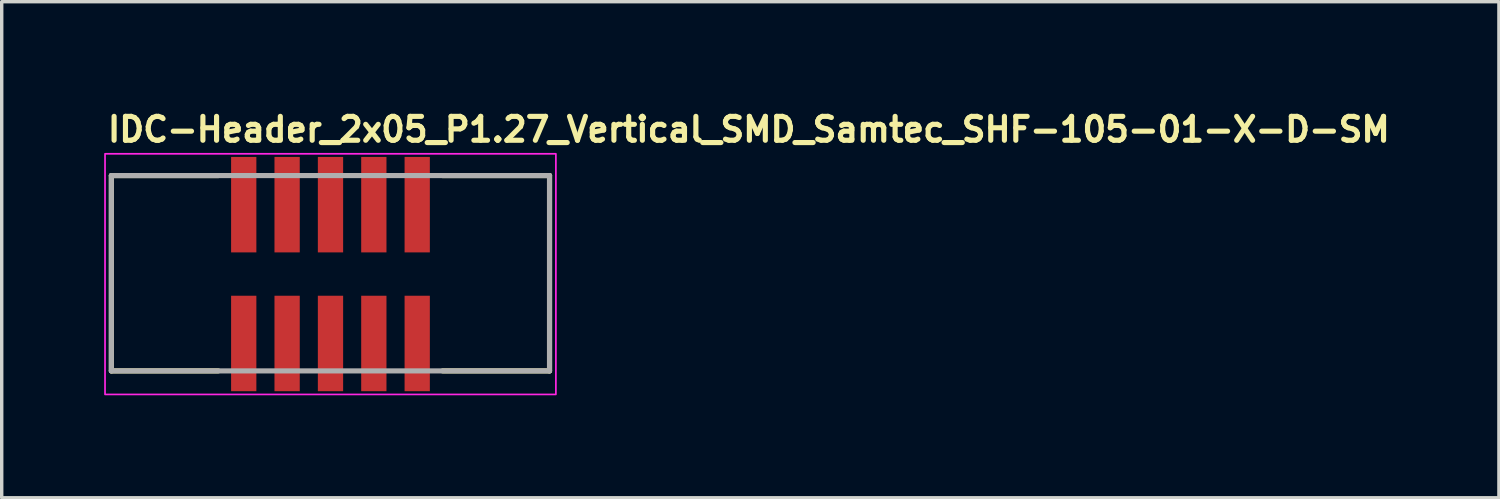
<source format=kicad_pcb>
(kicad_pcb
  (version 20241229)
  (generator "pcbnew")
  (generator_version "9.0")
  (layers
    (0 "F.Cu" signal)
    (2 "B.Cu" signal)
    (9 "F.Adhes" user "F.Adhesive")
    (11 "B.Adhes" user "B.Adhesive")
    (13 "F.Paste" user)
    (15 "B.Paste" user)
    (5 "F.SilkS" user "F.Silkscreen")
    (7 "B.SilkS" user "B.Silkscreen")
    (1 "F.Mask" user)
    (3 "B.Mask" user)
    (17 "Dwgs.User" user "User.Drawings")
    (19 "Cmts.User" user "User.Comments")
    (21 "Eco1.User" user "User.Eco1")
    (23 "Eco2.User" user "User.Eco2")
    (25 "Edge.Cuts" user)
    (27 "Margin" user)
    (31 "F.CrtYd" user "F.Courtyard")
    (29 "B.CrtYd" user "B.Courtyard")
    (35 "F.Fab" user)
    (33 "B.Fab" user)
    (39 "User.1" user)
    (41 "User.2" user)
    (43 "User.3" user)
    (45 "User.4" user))
  (footprint "IDC-Header_2x05_P1.27_Vertical_SMD_Samtec_SHF-105-01-X-D-SM"
    (layer "F.Cu")
    (at 6.626 4.951)
    (property "Reference" "IDC-Header_2x05_P1.27_Vertical_SMD_Samtec_SHF-105-01-X-D-SM" (at -6.601 -3.801 0) (layer "F.SilkS") (effects (font (size 0.7 0.7) (thickness 0.15)) (justify left bottom)))
    (attr smd)
    (fp_line (start -6.415 -2.86) (end -3.286 -2.86) (stroke (width 0.15) (type solid)) (layer "F.SilkS"))
    (fp_line (start -6.415 2.858) (end -6.415 -2.86) (stroke (width 0.15) (type solid)) (layer "F.SilkS"))
    (fp_line (start -6.415 2.858) (end -3.286 2.858) (stroke (width 0.15) (type solid)) (layer "F.SilkS"))
    (fp_line (start 3.285 -2.86) (end 6.413 -2.86) (stroke (width 0.15) (type solid)) (layer "F.SilkS"))
    (fp_line (start 3.285 2.858) (end 6.413 2.858) (stroke (width 0.15) (type solid)) (layer "F.SilkS"))
    (fp_line (start 6.413 2.858) (end 6.413 -2.86) (stroke (width 0.15) (type solid)) (layer "F.SilkS"))
    (fp_rect (start -6.601 -3.498) (end 6.599 3.547) (stroke (width 0.05) (type solid)) (fill no) (layer "F.CrtYd"))
    (fp_line (start -6.415 -2.86) (end 6.413 -2.86) (stroke (width 0.15) (type solid)) (layer "F.Fab"))
    (fp_line (start -6.415 2.858) (end -6.415 -2.86) (stroke (width 0.15) (type solid)) (layer "F.Fab"))
    (fp_line (start 6.413 -2.86) (end 6.413 2.858) (stroke (width 0.15) (type solid)) (layer "F.Fab"))
    (fp_line (start 6.413 2.858) (end -6.415 2.858) (stroke (width 0.15) (type solid)) (layer "F.Fab"))
    (fp_rect (start -6.351 -3.048) (end 6.349 3.047) (stroke (width 0.1) (type solid)) (fill no) (layer "User.5"))
    (fp_line (start -6.351 -0.635) (end -6.351 -3.048) (stroke (width 0.02) (type solid)) (layer "User.9"))
    (fp_line (start -6.351 -0.635) (end -6.223 -0.635) (stroke (width 0.02) (type solid)) (layer "User.9"))
    (fp_line (start -6.351 2.539) (end -6.351 0.633) (stroke (width 0.02) (type solid)) (layer "User.9"))
    (fp_line (start -6.223 -0.635) (end -6.223 0.633) (stroke (width 0.02) (type solid)) (layer "User.9"))
    (fp_line (start -6.223 0.633) (end -6.351 0.633) (stroke (width 0.02) (type solid)) (layer "User.9"))
    (fp_line (start -5.739 -2.057) (end -5.739 2.055) (stroke (width 0.02) (type solid)) (layer "User.9"))
    (fp_line (start -5.739 -2.057) (end -5.462 -1.778) (stroke (width 0.02) (type solid)) (layer "User.9"))
    (fp_line (start -5.739 2.055) (end -5.462 1.777) (stroke (width 0.02) (type solid)) (layer "User.9"))
    (fp_line (start -5.739 2.055) (end -1.27 2.055) (stroke (width 0.02) (type solid)) (layer "User.9"))
    (fp_line (start -5.462 -1.778) (end -5.462 1.777) (stroke (width 0.02) (type solid)) (layer "User.9"))
    (fp_line (start -5.462 1.777) (end -1.27 1.777) (stroke (width 0.02) (type solid)) (layer "User.9"))
    (fp_line (start -5.412 -3.048) (end -6.351 -3.048) (stroke (width 0.02) (type solid)) (layer "User.9"))
    (fp_line (start -5.412 -2.54) (end -5.412 -3.048) (stroke (width 0.02) (type solid)) (layer "User.9"))
    (fp_line (start -3.048 2.285) (end -3.048 2.539) (stroke (width 0.02) (type solid)) (layer "User.9"))
    (fp_line (start -3.048 2.285) (end -3.048 2.539) (stroke (width 0.02) (type solid)) (layer "User.9"))
    (fp_line (start -3.048 2.539) (end -6.351 2.539) (stroke (width 0.02) (type solid)) (layer "User.9"))
    (fp_line (start -3.024 2.539) (end -3.048 2.539) (stroke (width 0.02) (type solid)) (layer "User.9"))
    (fp_line (start -3.024 2.539) (end -3.024 2.31) (stroke (width 0.02) (type solid)) (layer "User.9"))
    (fp_line (start -2.745 -3.048) (end -2.745 -2.948) (stroke (width 0.02) (type solid)) (layer "User.9"))
    (fp_line (start -2.745 -2.948) (end -2.745 -2.54) (stroke (width 0.02) (type solid)) (layer "User.9"))
    (fp_line (start -2.745 -0.839) (end -2.745 -0.737) (stroke (width 0.02) (type solid)) (layer "User.9"))
    (fp_line (start -2.745 -0.737) (end -2.745 -0.535) (stroke (width 0.02) (type solid)) (layer "User.9"))
    (fp_line (start -2.745 -0.535) (end -2.745 -0.432) (stroke (width 0.02) (type solid)) (layer "User.9"))
    (fp_line (start -2.745 0.43) (end -2.745 0.533) (stroke (width 0.02) (type solid)) (layer "User.9"))
    (fp_line (start -2.745 0.533) (end -2.745 0.735) (stroke (width 0.02) (type solid)) (layer "User.9"))
    (fp_line (start -2.745 0.735) (end -2.745 0.837) (stroke (width 0.02) (type solid)) (layer "User.9"))
    (fp_line (start -2.745 2.539) (end -2.745 2.946) (stroke (width 0.02) (type solid)) (layer "User.9"))
    (fp_line (start -2.745 2.946) (end -2.745 3.047) (stroke (width 0.02) (type solid)) (layer "User.9"))
    (fp_line (start -2.54 2.539) (end -3.024 2.539) (stroke (width 0.02) (type solid)) (layer "User.9"))
    (fp_line (start -2.54 2.539) (end -2.54 2.31) (stroke (width 0.02) (type solid)) (layer "User.9"))
    (fp_line (start -2.338 -3.048) (end -2.745 -3.048) (stroke (width 0.02) (type solid)) (layer "User.9"))
    (fp_line (start -2.338 -3.048) (end -2.338 -2.948) (stroke (width 0.02) (type solid)) (layer "User.9"))
    (fp_line (start -2.338 -2.948) (end -2.745 -2.948) (stroke (width 0.02) (type solid)) (layer "User.9"))
    (fp_line (start -2.338 -2.948) (end -2.338 -2.54) (stroke (width 0.02) (type solid)) (layer "User.9"))
    (fp_line (start -2.338 -0.839) (end -2.745 -0.839) (stroke (width 0.02) (type solid)) (layer "User.9"))
    (fp_line (start -2.338 -0.839) (end -2.338 -0.737) (stroke (width 0.02) (type solid)) (layer "User.9"))
    (fp_line (start -2.338 -0.737) (end -2.745 -0.737) (stroke (width 0.02) (type solid)) (layer "User.9"))
    (fp_line (start -2.338 -0.737) (end -2.338 -0.535) (stroke (width 0.02) (type solid)) (layer "User.9"))
    (fp_line (start -2.338 -0.535) (end -2.745 -0.535) (stroke (width 0.02) (type solid)) (layer "User.9"))
    (fp_line (start -2.338 -0.535) (end -2.338 -0.432) (stroke (width 0.02) (type solid)) (layer "User.9"))
    (fp_line (start -2.338 -0.432) (end -2.745 -0.432) (stroke (width 0.02) (type solid)) (layer "User.9"))
    (fp_line (start -2.338 0.43) (end -2.745 0.43) (stroke (width 0.02) (type solid)) (layer "User.9"))
    (fp_line (start -2.338 0.43) (end -2.338 0.533) (stroke (width 0.02) (type solid)) (layer "User.9"))
    (fp_line (start -2.338 0.533) (end -2.745 0.533) (stroke (width 0.02) (type solid)) (layer "User.9"))
    (fp_line (start -2.338 0.533) (end -2.338 0.735) (stroke (width 0.02) (type solid)) (layer "User.9"))
    (fp_line (start -2.338 0.735) (end -2.745 0.735) (stroke (width 0.02) (type solid)) (layer "User.9"))
    (fp_line (start -2.338 0.735) (end -2.338 0.837) (stroke (width 0.02) (type solid)) (layer "User.9"))
    (fp_line (start -2.338 0.837) (end -2.745 0.837) (stroke (width 0.02) (type solid)) (layer "User.9"))
    (fp_line (start -2.338 2.539) (end -2.338 2.946) (stroke (width 0.02) (type solid)) (layer "User.9"))
    (fp_line (start -2.338 2.946) (end -2.745 2.946) (stroke (width 0.02) (type solid)) (layer "User.9"))
    (fp_line (start -2.338 2.946) (end -2.338 3.047) (stroke (width 0.02) (type solid)) (layer "User.9"))
    (fp_line (start -2.338 3.047) (end -2.745 3.047) (stroke (width 0.02) (type solid)) (layer "User.9"))
    (fp_line (start -2.058 2.31) (end -3.024 2.31) (stroke (width 0.02) (type solid)) (layer "User.9"))
    (fp_line (start -2.058 2.539) (end -2.54 2.539) (stroke (width 0.02) (type solid)) (layer "User.9"))
    (fp_line (start -2.058 2.539) (end -2.058 2.31) (stroke (width 0.02) (type solid)) (layer "User.9"))
    (fp_line (start -2.032 2.285) (end -3.048 2.285) (stroke (width 0.02) (type solid)) (layer "User.9"))
    (fp_line (start -2.032 2.285) (end -3.048 2.285) (stroke (width 0.02) (type solid)) (layer "User.9"))
    (fp_line (start -2.032 2.285) (end -2.032 2.539) (stroke (width 0.02) (type solid)) (layer "User.9"))
    (fp_line (start -2.032 2.285) (end -2.032 2.539) (stroke (width 0.02) (type solid)) (layer "User.9"))
    (fp_line (start -2.032 2.539) (end -2.058 2.539) (stroke (width 0.02) (type solid)) (layer "User.9"))
    (fp_line (start -1.474 -2.948) (end -1.474 -3.048) (stroke (width 0.02) (type solid)) (layer "User.9"))
    (fp_line (start -1.474 -2.54) (end -1.474 -2.948) (stroke (width 0.02) (type solid)) (layer "User.9"))
    (fp_line (start -1.474 -0.737) (end -1.474 -0.839) (stroke (width 0.02) (type solid)) (layer "User.9"))
    (fp_line (start -1.474 -0.535) (end -1.474 -0.737) (stroke (width 0.02) (type solid)) (layer "User.9"))
    (fp_line (start -1.474 -0.432) (end -1.474 -0.535) (stroke (width 0.02) (type solid)) (layer "User.9"))
    (fp_line (start -1.474 0.533) (end -1.474 0.43) (stroke (width 0.02) (type solid)) (layer "User.9"))
    (fp_line (start -1.474 0.735) (end -1.474 0.533) (stroke (width 0.02) (type solid)) (layer "User.9"))
    (fp_line (start -1.474 0.837) (end -1.474 0.735) (stroke (width 0.02) (type solid)) (layer "User.9"))
    (fp_line (start -1.474 2.946) (end -1.474 2.539) (stroke (width 0.02) (type solid)) (layer "User.9"))
    (fp_line (start -1.474 3.047) (end -1.474 2.946) (stroke (width 0.02) (type solid)) (layer "User.9"))
    (fp_line (start -1.27 -3.048) (end -1.474 -3.048) (stroke (width 0.02) (type solid)) (layer "User.9"))
    (fp_line (start -1.27 -3.048) (end -1.27 -2.54) (stroke (width 0.02) (type solid)) (layer "User.9"))
    (fp_line (start -1.27 -2.948) (end -1.474 -2.948) (stroke (width 0.02) (type solid)) (layer "User.9"))
    (fp_line (start -1.27 -2.54) (end -5.412 -2.54) (stroke (width 0.02) (type solid)) (layer "User.9"))
    (fp_line (start -1.27 2.055) (end -1.27 1.777) (stroke (width 0.02) (type solid)) (layer "User.9"))
    (fp_line (start -1.27 2.539) (end -2.032 2.539) (stroke (width 0.02) (type solid)) (layer "User.9"))
    (fp_line (start -1.27 2.539) (end -1.27 2.055) (stroke (width 0.02) (type solid)) (layer "User.9"))
    (fp_line (start -1.27 2.539) (end 1.269 2.539) (stroke (width 0.02) (type solid)) (layer "User.9"))
    (fp_line (start -1.067 -0.839) (end -1.474 -0.839) (stroke (width 0.02) (type solid)) (layer "User.9"))
    (fp_line (start -1.067 -0.839) (end -1.067 -0.737) (stroke (width 0.02) (type solid)) (layer "User.9"))
    (fp_line (start -1.067 -0.737) (end -1.474 -0.737) (stroke (width 0.02) (type solid)) (layer "User.9"))
    (fp_line (start -1.067 -0.737) (end -1.067 -0.535) (stroke (width 0.02) (type solid)) (layer "User.9"))
    (fp_line (start -1.067 -0.535) (end -1.474 -0.535) (stroke (width 0.02) (type solid)) (layer "User.9"))
    (fp_line (start -1.067 -0.535) (end -1.067 -0.432) (stroke (width 0.02) (type solid)) (layer "User.9"))
    (fp_line (start -1.067 -0.432) (end -1.474 -0.432) (stroke (width 0.02) (type solid)) (layer "User.9"))
    (fp_line (start -1.067 0.43) (end -1.474 0.43) (stroke (width 0.02) (type solid)) (layer "User.9"))
    (fp_line (start -1.067 0.43) (end -1.067 0.533) (stroke (width 0.02) (type solid)) (layer "User.9"))
    (fp_line (start -1.067 0.533) (end -1.474 0.533) (stroke (width 0.02) (type solid)) (layer "User.9"))
    (fp_line (start -1.067 0.533) (end -1.067 0.735) (stroke (width 0.02) (type solid)) (layer "User.9"))
    (fp_line (start -1.067 0.735) (end -1.474 0.735) (stroke (width 0.02) (type solid)) (layer "User.9"))
    (fp_line (start -1.067 0.735) (end -1.067 0.837) (stroke (width 0.02) (type solid)) (layer "User.9"))
    (fp_line (start -1.067 0.837) (end -1.474 0.837) (stroke (width 0.02) (type solid)) (layer "User.9"))
    (fp_line (start -1.067 2.539) (end -1.067 2.946) (stroke (width 0.02) (type solid)) (layer "User.9"))
    (fp_line (start -1.067 2.946) (end -1.474 2.946) (stroke (width 0.02) (type solid)) (layer "User.9"))
    (fp_line (start -1.067 2.946) (end -1.067 3.047) (stroke (width 0.02) (type solid)) (layer "User.9"))
    (fp_line (start -1.067 3.047) (end -1.474 3.047) (stroke (width 0.02) (type solid)) (layer "User.9"))
    (fp_line (start -0.205 -0.737) (end -0.205 -0.839) (stroke (width 0.02) (type solid)) (layer "User.9"))
    (fp_line (start -0.205 -0.535) (end -0.205 -0.737) (stroke (width 0.02) (type solid)) (layer "User.9"))
    (fp_line (start -0.205 -0.432) (end -0.205 -0.535) (stroke (width 0.02) (type solid)) (layer "User.9"))
    (fp_line (start -0.205 0.533) (end -0.205 0.43) (stroke (width 0.02) (type solid)) (layer "User.9"))
    (fp_line (start -0.205 0.735) (end -0.205 0.533) (stroke (width 0.02) (type solid)) (layer "User.9"))
    (fp_line (start -0.205 0.837) (end -0.205 0.735) (stroke (width 0.02) (type solid)) (layer "User.9"))
    (fp_line (start -0.205 2.946) (end -0.205 2.539) (stroke (width 0.02) (type solid)) (layer "User.9"))
    (fp_line (start -0.205 3.047) (end -0.205 2.946) (stroke (width 0.02) (type solid)) (layer "User.9"))
    (fp_line (start 0.203 -0.839) (end -0.205 -0.839) (stroke (width 0.02) (type solid)) (layer "User.9"))
    (fp_line (start 0.203 -0.839) (end 0.203 -0.737) (stroke (width 0.02) (type solid)) (layer "User.9"))
    (fp_line (start 0.203 -0.737) (end -0.205 -0.737) (stroke (width 0.02) (type solid)) (layer "User.9"))
    (fp_line (start 0.203 -0.737) (end 0.203 -0.535) (stroke (width 0.02) (type solid)) (layer "User.9"))
    (fp_line (start 0.203 -0.535) (end -0.205 -0.535) (stroke (width 0.02) (type solid)) (layer "User.9"))
    (fp_line (start 0.203 -0.535) (end 0.203 -0.432) (stroke (width 0.02) (type solid)) (layer "User.9"))
    (fp_line (start 0.203 -0.432) (end -0.205 -0.432) (stroke (width 0.02) (type solid)) (layer "User.9"))
    (fp_line (start 0.203 0.43) (end -0.205 0.43) (stroke (width 0.02) (type solid)) (layer "User.9"))
    (fp_line (start 0.203 0.43) (end 0.203 0.533) (stroke (width 0.02) (type solid)) (layer "User.9"))
    (fp_line (start 0.203 0.533) (end -0.205 0.533) (stroke (width 0.02) (type solid)) (layer "User.9"))
    (fp_line (start 0.203 0.533) (end 0.203 0.735) (stroke (width 0.02) (type solid)) (layer "User.9"))
    (fp_line (start 0.203 0.735) (end -0.205 0.735) (stroke (width 0.02) (type solid)) (layer "User.9"))
    (fp_line (start 0.203 0.735) (end 0.203 0.837) (stroke (width 0.02) (type solid)) (layer "User.9"))
    (fp_line (start 0.203 0.837) (end -0.205 0.837) (stroke (width 0.02) (type solid)) (layer "User.9"))
    (fp_line (start 0.203 2.539) (end 0.203 2.946) (stroke (width 0.02) (type solid)) (layer "User.9"))
    (fp_line (start 0.203 2.946) (end -0.205 2.946) (stroke (width 0.02) (type solid)) (layer "User.9"))
    (fp_line (start 0.203 2.946) (end 0.203 3.047) (stroke (width 0.02) (type solid)) (layer "User.9"))
    (fp_line (start 0.203 3.047) (end -0.205 3.047) (stroke (width 0.02) (type solid)) (layer "User.9"))
    (fp_line (start 1.066 -0.737) (end 1.066 -0.839) (stroke (width 0.02) (type solid)) (layer "User.9"))
    (fp_line (start 1.066 -0.535) (end 1.066 -0.737) (stroke (width 0.02) (type solid)) (layer "User.9"))
    (fp_line (start 1.066 -0.432) (end 1.066 -0.535) (stroke (width 0.02) (type solid)) (layer "User.9"))
    (fp_line (start 1.066 0.533) (end 1.066 0.43) (stroke (width 0.02) (type solid)) (layer "User.9"))
    (fp_line (start 1.066 0.735) (end 1.066 0.533) (stroke (width 0.02) (type solid)) (layer "User.9"))
    (fp_line (start 1.066 0.837) (end 1.066 0.735) (stroke (width 0.02) (type solid)) (layer "User.9"))
    (fp_line (start 1.066 2.946) (end 1.066 2.539) (stroke (width 0.02) (type solid)) (layer "User.9"))
    (fp_line (start 1.066 3.047) (end 1.066 2.946) (stroke (width 0.02) (type solid)) (layer "User.9"))
    (fp_line (start 1.269 -3.048) (end -1.27 -3.048) (stroke (width 0.02) (type solid)) (layer "User.9"))
    (fp_line (start 1.269 -2.54) (end 1.269 -3.048) (stroke (width 0.02) (type solid)) (layer "User.9"))
    (fp_line (start 1.269 1.777) (end 1.269 2.055) (stroke (width 0.02) (type solid)) (layer "User.9"))
    (fp_line (start 1.269 1.777) (end 5.461 1.777) (stroke (width 0.02) (type solid)) (layer "User.9"))
    (fp_line (start 1.269 2.055) (end 5.738 2.055) (stroke (width 0.02) (type solid)) (layer "User.9"))
    (fp_line (start 1.269 2.539) (end 1.269 2.055) (stroke (width 0.02) (type solid)) (layer "User.9"))
    (fp_line (start 1.473 -3.048) (end 1.269 -3.048) (stroke (width 0.02) (type solid)) (layer "User.9"))
    (fp_line (start 1.473 -3.048) (end 1.473 -2.948) (stroke (width 0.02) (type solid)) (layer "User.9"))
    (fp_line (start 1.473 -2.948) (end 1.269 -2.948) (stroke (width 0.02) (type solid)) (layer "User.9"))
    (fp_line (start 1.473 -2.948) (end 1.473 -2.54) (stroke (width 0.02) (type solid)) (layer "User.9"))
    (fp_line (start 1.473 -0.839) (end 1.066 -0.839) (stroke (width 0.02) (type solid)) (layer "User.9"))
    (fp_line (start 1.473 -0.839) (end 1.473 -0.737) (stroke (width 0.02) (type solid)) (layer "User.9"))
    (fp_line (start 1.473 -0.737) (end 1.066 -0.737) (stroke (width 0.02) (type solid)) (layer "User.9"))
    (fp_line (start 1.473 -0.737) (end 1.473 -0.535) (stroke (width 0.02) (type solid)) (layer "User.9"))
    (fp_line (start 1.473 -0.535) (end 1.066 -0.535) (stroke (width 0.02) (type solid)) (layer "User.9"))
    (fp_line (start 1.473 -0.535) (end 1.473 -0.432) (stroke (width 0.02) (type solid)) (layer "User.9"))
    (fp_line (start 1.473 -0.432) (end 1.066 -0.432) (stroke (width 0.02) (type solid)) (layer "User.9"))
    (fp_line (start 1.473 0.43) (end 1.066 0.43) (stroke (width 0.02) (type solid)) (layer "User.9"))
    (fp_line (start 1.473 0.43) (end 1.473 0.533) (stroke (width 0.02) (type solid)) (layer "User.9"))
    (fp_line (start 1.473 0.533) (end 1.066 0.533) (stroke (width 0.02) (type solid)) (layer "User.9"))
    (fp_line (start 1.473 0.533) (end 1.473 0.735) (stroke (width 0.02) (type solid)) (layer "User.9"))
    (fp_line (start 1.473 0.735) (end 1.066 0.735) (stroke (width 0.02) (type solid)) (layer "User.9"))
    (fp_line (start 1.473 0.735) (end 1.473 0.837) (stroke (width 0.02) (type solid)) (layer "User.9"))
    (fp_line (start 1.473 0.837) (end 1.066 0.837) (stroke (width 0.02) (type solid)) (layer "User.9"))
    (fp_line (start 1.473 2.539) (end 1.473 2.946) (stroke (width 0.02) (type solid)) (layer "User.9"))
    (fp_line (start 1.473 2.946) (end 1.066 2.946) (stroke (width 0.02) (type solid)) (layer "User.9"))
    (fp_line (start 1.473 2.946) (end 1.473 3.047) (stroke (width 0.02) (type solid)) (layer "User.9"))
    (fp_line (start 1.473 3.047) (end 1.066 3.047) (stroke (width 0.02) (type solid)) (layer "User.9"))
    (fp_line (start 2.335 -2.948) (end 2.335 -3.048) (stroke (width 0.02) (type solid)) (layer "User.9"))
    (fp_line (start 2.335 -2.54) (end 2.335 -2.948) (stroke (width 0.02) (type solid)) (layer "User.9"))
    (fp_line (start 2.335 -0.737) (end 2.335 -0.839) (stroke (width 0.02) (type solid)) (layer "User.9"))
    (fp_line (start 2.335 -0.535) (end 2.335 -0.737) (stroke (width 0.02) (type solid)) (layer "User.9"))
    (fp_line (start 2.335 -0.432) (end 2.335 -0.535) (stroke (width 0.02) (type solid)) (layer "User.9"))
    (fp_line (start 2.335 0.533) (end 2.335 0.43) (stroke (width 0.02) (type solid)) (layer "User.9"))
    (fp_line (start 2.335 0.735) (end 2.335 0.533) (stroke (width 0.02) (type solid)) (layer "User.9"))
    (fp_line (start 2.335 0.837) (end 2.335 0.735) (stroke (width 0.02) (type solid)) (layer "User.9"))
    (fp_line (start 2.335 2.946) (end 2.335 2.539) (stroke (width 0.02) (type solid)) (layer "User.9"))
    (fp_line (start 2.335 3.047) (end 2.335 2.946) (stroke (width 0.02) (type solid)) (layer "User.9"))
    (fp_line (start 2.742 -3.048) (end 2.335 -3.048) (stroke (width 0.02) (type solid)) (layer "User.9"))
    (fp_line (start 2.742 -3.048) (end 2.742 -2.948) (stroke (width 0.02) (type solid)) (layer "User.9"))
    (fp_line (start 2.742 -2.948) (end 2.335 -2.948) (stroke (width 0.02) (type solid)) (layer "User.9"))
    (fp_line (start 2.742 -2.948) (end 2.742 -2.54) (stroke (width 0.02) (type solid)) (layer "User.9"))
    (fp_line (start 2.742 -0.839) (end 2.335 -0.839) (stroke (width 0.02) (type solid)) (layer "User.9"))
    (fp_line (start 2.742 -0.839) (end 2.742 -0.737) (stroke (width 0.02) (type solid)) (layer "User.9"))
    (fp_line (start 2.742 -0.737) (end 2.335 -0.737) (stroke (width 0.02) (type solid)) (layer "User.9"))
    (fp_line (start 2.742 -0.737) (end 2.742 -0.535) (stroke (width 0.02) (type solid)) (layer "User.9"))
    (fp_line (start 2.742 -0.535) (end 2.335 -0.535) (stroke (width 0.02) (type solid)) (layer "User.9"))
    (fp_line (start 2.742 -0.535) (end 2.742 -0.432) (stroke (width 0.02) (type solid)) (layer "User.9"))
    (fp_line (start 2.742 -0.432) (end 2.335 -0.432) (stroke (width 0.02) (type solid)) (layer "User.9"))
    (fp_line (start 2.742 0.43) (end 2.335 0.43) (stroke (width 0.02) (type solid)) (layer "User.9"))
    (fp_line (start 2.742 0.43) (end 2.742 0.533) (stroke (width 0.02) (type solid)) (layer "User.9"))
    (fp_line (start 2.742 0.533) (end 2.335 0.533) (stroke (width 0.02) (type solid)) (layer "User.9"))
    (fp_line (start 2.742 0.533) (end 2.742 0.735) (stroke (width 0.02) (type solid)) (layer "User.9"))
    (fp_line (start 2.742 0.735) (end 2.335 0.735) (stroke (width 0.02) (type solid)) (layer "User.9"))
    (fp_line (start 2.742 0.735) (end 2.742 0.837) (stroke (width 0.02) (type solid)) (layer "User.9"))
    (fp_line (start 2.742 0.837) (end 2.335 0.837) (stroke (width 0.02) (type solid)) (layer "User.9"))
    (fp_line (start 2.742 2.539) (end 2.742 2.946) (stroke (width 0.02) (type solid)) (layer "User.9"))
    (fp_line (start 2.742 2.946) (end 2.335 2.946) (stroke (width 0.02) (type solid)) (layer "User.9"))
    (fp_line (start 2.742 2.946) (end 2.742 3.047) (stroke (width 0.02) (type solid)) (layer "User.9"))
    (fp_line (start 2.742 3.047) (end 2.335 3.047) (stroke (width 0.02) (type solid)) (layer "User.9"))
    (fp_line (start 5.41 -3.048) (end 5.41 -2.54) (stroke (width 0.02) (type solid)) (layer "User.9"))
    (fp_line (start 5.41 -2.54) (end 1.269 -2.54) (stroke (width 0.02) (type solid)) (layer "User.9"))
    (fp_line (start 5.461 -1.778) (end -5.462 -1.778) (stroke (width 0.02) (type solid)) (layer "User.9"))
    (fp_line (start 5.461 1.777) (end 5.461 -1.778) (stroke (width 0.02) (type solid)) (layer "User.9"))
    (fp_line (start 5.738 -2.057) (end -5.739 -2.057) (stroke (width 0.02) (type solid)) (layer "User.9"))
    (fp_line (start 5.738 -2.057) (end 5.461 -1.778) (stroke (width 0.02) (type solid)) (layer "User.9"))
    (fp_line (start 5.738 2.055) (end 5.461 1.777) (stroke (width 0.02) (type solid)) (layer "User.9"))
    (fp_line (start 5.738 2.055) (end 5.738 -2.057) (stroke (width 0.02) (type solid)) (layer "User.9"))
    (fp_line (start 6.349 -3.048) (end 5.41 -3.048) (stroke (width 0.02) (type solid)) (layer "User.9"))
    (fp_line (start 6.349 2.539) (end 1.269 2.539) (stroke (width 0.02) (type solid)) (layer "User.9"))
    (fp_line (start 6.349 2.539) (end 6.349 -3.048) (stroke (width 0.02) (type solid)) (layer "User.9"))
    (pad "1" smd rect (at -2.54 2.055) (size 0.74 2.795) (layers "F.Cu" "F.Mask" "F.Paste"))
    (pad "2" smd rect (at -2.54 -2.009) (size 0.74 2.795) (layers "F.Cu" "F.Mask" "F.Paste"))
    (pad "3" smd rect (at -1.27 2.055) (size 0.74 2.795) (layers "F.Cu" "F.Mask" "F.Paste"))
    (pad "4" smd rect (at -1.27 -2.009) (size 0.74 2.795) (layers "F.Cu" "F.Mask" "F.Paste"))
    (pad "5" smd rect (at 0 2.055) (size 0.74 2.795) (layers "F.Cu" "F.Mask" "F.Paste"))
    (pad "6" smd rect (at 0 -2.009) (size 0.74 2.795) (layers "F.Cu" "F.Mask" "F.Paste"))
    (pad "7" smd rect (at 1.269 2.055) (size 0.74 2.795) (layers "F.Cu" "F.Mask" "F.Paste"))
    (pad "8" smd rect (at 1.269 -2.009) (size 0.74 2.795) (layers "F.Cu" "F.Mask" "F.Paste"))
    (pad "9" smd rect (at 2.539 2.055) (size 0.74 2.795) (layers "F.Cu" "F.Mask" "F.Paste"))
    (pad "10" smd rect (at 2.539 -2.009) (size 0.74 2.795) (layers "F.Cu" "F.Mask" "F.Paste")))
  (gr_rect
    (start -3 -3)
    (end 40.835 11.523)
    (stroke (width 0.1) (type default))
    (fill no)
    (layer "Edge.Cuts")))
</source>
